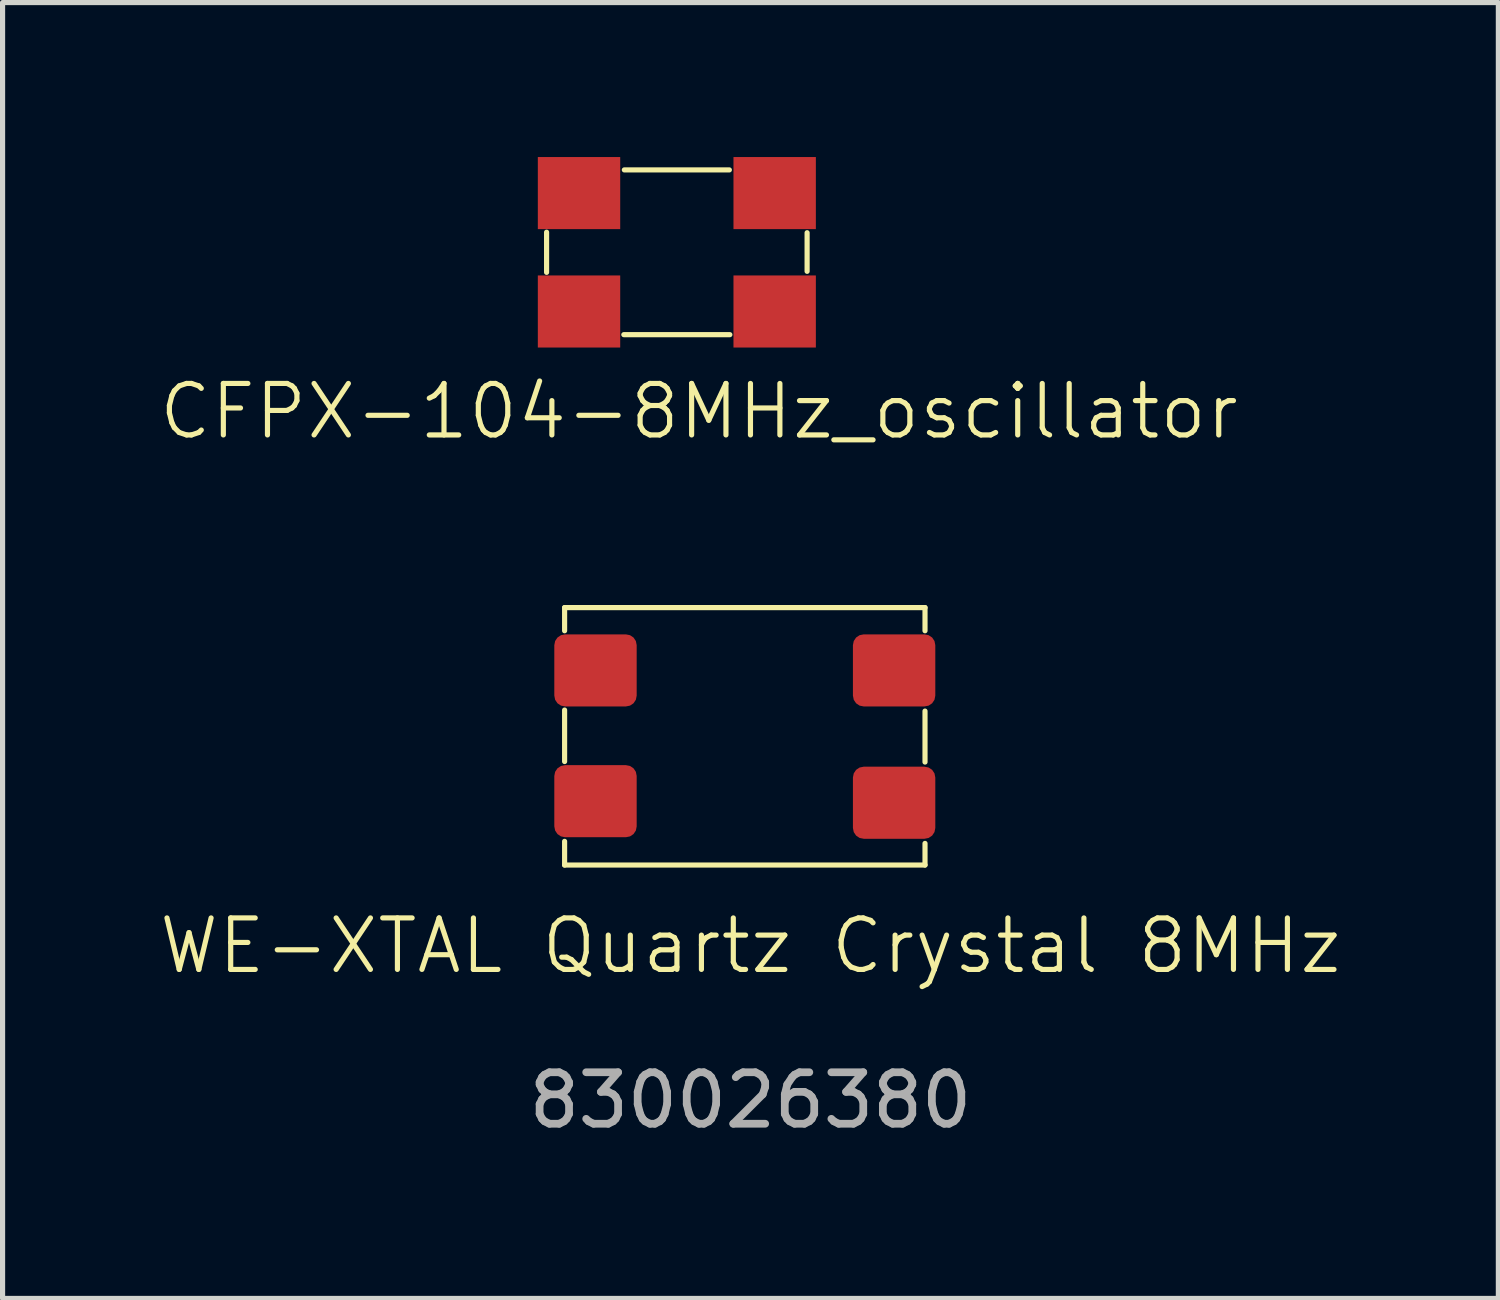
<source format=kicad_pcb>
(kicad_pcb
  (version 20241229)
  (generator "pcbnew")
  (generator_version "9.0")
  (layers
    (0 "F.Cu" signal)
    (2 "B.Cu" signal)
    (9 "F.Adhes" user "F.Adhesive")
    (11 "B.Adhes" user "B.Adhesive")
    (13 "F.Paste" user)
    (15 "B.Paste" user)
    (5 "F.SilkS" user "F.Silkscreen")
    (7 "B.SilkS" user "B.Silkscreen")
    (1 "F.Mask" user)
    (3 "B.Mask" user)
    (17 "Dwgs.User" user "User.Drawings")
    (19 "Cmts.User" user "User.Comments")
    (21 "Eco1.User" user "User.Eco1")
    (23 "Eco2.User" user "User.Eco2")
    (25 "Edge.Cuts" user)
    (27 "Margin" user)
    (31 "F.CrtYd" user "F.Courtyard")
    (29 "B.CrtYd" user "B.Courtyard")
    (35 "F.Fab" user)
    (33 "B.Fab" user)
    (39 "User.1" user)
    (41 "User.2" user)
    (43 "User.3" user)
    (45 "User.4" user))
  (footprint "WE-XTAL Quartz Crystal 8MHz"
    (layer "F.Cu")
    (at 11.416 11.251)
    (property "Reference" "WE-XTAL Quartz Crystal 8MHz" (at 0.11 4.07 0) (unlocked yes) (layer "F.SilkS") (effects (font (size 1 1) (thickness 0.1))))
    (attr smd)
    (fp_line (start -3.5 -2.5) (end 3.5 -2.5) (stroke (width 0.1) (type default)) (layer "F.SilkS"))
    (fp_line (start -3.5 -2.05) (end -3.5 -2.5) (stroke (width 0.1) (type default)) (layer "F.SilkS"))
    (fp_line (start -3.5 0.49) (end -3.5 -0.51) (stroke (width 0.1) (type default)) (layer "F.SilkS"))
    (fp_line (start -3.5 2.5) (end -3.5 2.04) (stroke (width 0.1) (type default)) (layer "F.SilkS"))
    (fp_line (start 3.5 -2.5) (end 3.5 -2.05) (stroke (width 0.1) (type default)) (layer "F.SilkS"))
    (fp_line (start 3.5 -0.49) (end 3.5 0.5) (stroke (width 0.1) (type default)) (layer "F.SilkS"))
    (fp_line (start 3.5 2.08) (end 3.5 2.5) (stroke (width 0.1) (type default)) (layer "F.SilkS"))
    (fp_line (start 3.5 2.5) (end -3.5 2.5) (stroke (width 0.1) (type default)) (layer "F.SilkS"))
    (fp_text user "830026380" (at 0.11 7.07 0) (unlocked yes) (layer "F.Fab") (effects (font (size 1 1) (thickness 0.15))))
    (pad "1" smd roundrect (at -2.9 -1.28) (size 1.6 1.4) (layers "F.Cu" "F.Mask" "F.Paste") (roundrect_rratio 0.15))
    (pad "2" smd roundrect (at 2.9 -1.28) (size 1.6 1.4) (layers "F.Cu" "F.Mask" "F.Paste") (roundrect_rratio 0.15))
    (pad "3" smd roundrect (at 2.9 1.29) (size 1.6 1.4) (layers "F.Cu" "F.Mask" "F.Paste") (roundrect_rratio 0.15))
    (pad "4" smd roundrect (at -2.9 1.26) (size 1.6 1.4) (layers "F.Cu" "F.Mask" "F.Paste") (roundrect_rratio 0.15)))
  (footprint "CFPX-104-8MHz_oscillator"
    (layer "F.Cu")
    (at 10.096 1.85)
    (property "Reference" "CFPX-104-8MHz_oscillator" (at 0.43 3.09 0) (unlocked yes) (layer "F.SilkS") (effects (font (size 1 1) (thickness 0.1))))
    (attr smd)
    (fp_line (start -2.53 0.39) (end -2.53 -0.39) (stroke (width 0.1) (type default)) (layer "F.SilkS"))
    (fp_line (start -1.02 -1.6) (end 1.02 -1.6) (stroke (width 0.1) (type default)) (layer "F.SilkS"))
    (fp_line (start 1.03 1.6) (end -1.03 1.6) (stroke (width 0.1) (type default)) (layer "F.SilkS"))
    (fp_line (start 2.53 -0.38) (end 2.53 0.37) (stroke (width 0.1) (type default)) (layer "F.SilkS"))
    (fp_rect (start -2.53 -1.6) (end 2.53 1.6) (stroke (width 0.1) (type default)) (fill no) (layer "Margin"))
    (pad "1" smd rect (at -1.9 1.15) (size 1.6 1.4) (layers "F.Cu" "F.Mask" "F.Paste"))
    (pad "2" smd rect (at 1.9 1.15) (size 1.6 1.4) (layers "F.Cu" "F.Mask" "F.Paste"))
    (pad "3" smd rect (at 1.9 -1.15) (size 1.6 1.4) (layers "F.Cu" "F.Mask" "F.Paste"))
    (pad "4" smd rect (at -1.9 -1.15) (size 1.6 1.4) (layers "F.Cu" "F.Mask" "F.Paste")))
  (gr_rect
    (start -3 -3)
    (end 26.052 22.169)
    (stroke (width 0.1) (type default))
    (fill no)
    (layer "Edge.Cuts")))
</source>
